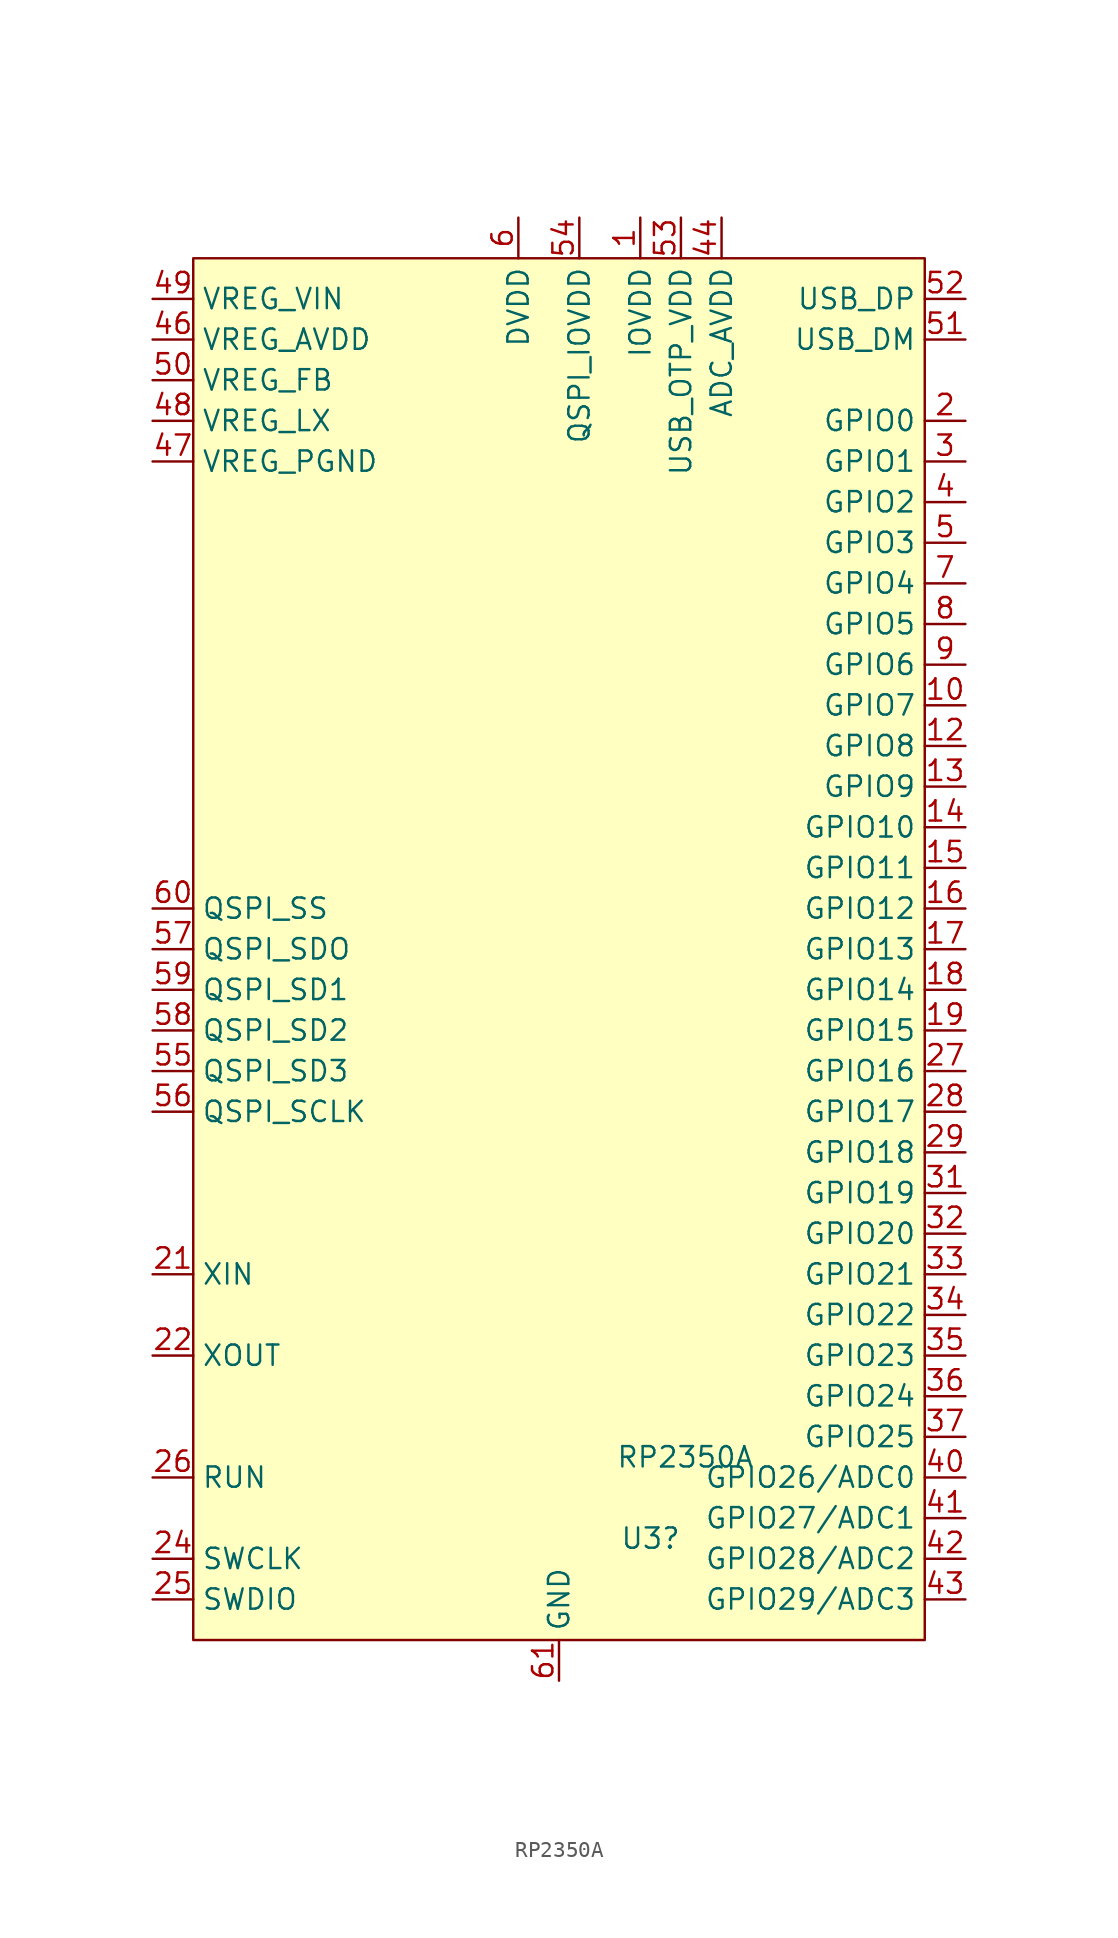
<source format=kicad_sym>
(kicad_symbol_lib
  (version 20231120)
  (generator "kicad_symbol_editor")
  (generator_version "8.0")
  (symbol "RP2350A"
    (property "Reference" "U3"
      (at 3.81 -36.83 0)
      (effects (font (size 1.27 1.27)) (justify left)))
    (property "Value" "RP2350A"
      (at 3.556 -31.75 0)
      (effects (font (size 1.27 1.27)) (justify left)))
    (symbol "RP2350A_0_0"
      (pin power_in line (at 5.08 45.72 270) (length 2.54) (name "IOVDD" (effects (font (size 1.27 1.27)))) (number "1" (effects (font (size 1.27 1.27)))))
      (pin bidirectional line (at 25.4 15.24 180) (length 2.54) (name "GPIO7" (effects (font (size 1.27 1.27)))) (number "10" (effects (font (size 1.27 1.27)))))
      (pin passive line (at 5.08 45.72 270) (length 2.54) hide (name "IOVDD" (effects (font (size 1.27 1.27)))) (number "11" (effects (font (size 1.27 1.27)))))
      (pin bidirectional line (at 25.4 12.7 180) (length 2.54) (name "GPIO8" (effects (font (size 1.27 1.27)))) (number "12" (effects (font (size 1.27 1.27)))))
      (pin bidirectional line (at 25.4 10.16 180) (length 2.54) (name "GPIO9" (effects (font (size 1.27 1.27)))) (number "13" (effects (font (size 1.27 1.27)))))
      (pin bidirectional line (at 25.4 7.62 180) (length 2.54) (name "GPIO10" (effects (font (size 1.27 1.27)))) (number "14" (effects (font (size 1.27 1.27)))))
      (pin bidirectional line (at 25.4 5.08 180) (length 2.54) (name "GPIO11" (effects (font (size 1.27 1.27)))) (number "15" (effects (font (size 1.27 1.27)))))
      (pin bidirectional line (at 25.4 2.54 180) (length 2.54) (name "GPIO12" (effects (font (size 1.27 1.27)))) (number "16" (effects (font (size 1.27 1.27)))))
      (pin bidirectional line (at 25.4 0 180) (length 2.54) (name "GPIO13" (effects (font (size 1.27 1.27)))) (number "17" (effects (font (size 1.27 1.27)))))
      (pin bidirectional line (at 25.4 -2.54 180) (length 2.54) (name "GPIO14" (effects (font (size 1.27 1.27)))) (number "18" (effects (font (size 1.27 1.27)))))
      (pin bidirectional line (at 25.4 -5.08 180) (length 2.54) (name "GPIO15" (effects (font (size 1.27 1.27)))) (number "19" (effects (font (size 1.27 1.27)))))
      (pin bidirectional line (at 25.4 33.02 180) (length 2.54) (name "GPIO0" (effects (font (size 1.27 1.27)))) (number "2" (effects (font (size 1.27 1.27)))))
      (pin passive line (at 5.08 45.72 270) (length 2.54) hide (name "IOVDD" (effects (font (size 1.27 1.27)))) (number "20" (effects (font (size 1.27 1.27)))))
      (pin input line (at -25.4 -20.32 0) (length 2.54) (name "XIN" (effects (font (size 1.27 1.27)))) (number "21" (effects (font (size 1.27 1.27)))))
      (pin output line (at -25.4 -25.4 0) (length 2.54) (name "XOUT" (effects (font (size 1.27 1.27)))) (number "22" (effects (font (size 1.27 1.27)))))
      (pin passive line (at -2.54 45.72 270) (length 2.54) hide (name "DVDD" (effects (font (size 1.27 1.27)))) (number "23" (effects (font (size 1.27 1.27)))))
      (pin input line (at -25.4 -38.1 0) (length 2.54) (name "SWCLK" (effects (font (size 1.27 1.27)))) (number "24" (effects (font (size 1.27 1.27)))))
      (pin bidirectional line (at -25.4 -40.64 0) (length 2.54) (name "SWDIO" (effects (font (size 1.27 1.27)))) (number "25" (effects (font (size 1.27 1.27)))))
      (pin input line (at -25.4 -33.02 0) (length 2.54) (name "RUN" (effects (font (size 1.27 1.27)))) (number "26" (effects (font (size 1.27 1.27)))))
      (pin bidirectional line (at 25.4 -7.62 180) (length 2.54) (name "GPIO16" (effects (font (size 1.27 1.27)))) (number "27" (effects (font (size 1.27 1.27)))))
      (pin bidirectional line (at 25.4 -10.16 180) (length 2.54) (name "GPIO17" (effects (font (size 1.27 1.27)))) (number "28" (effects (font (size 1.27 1.27)))))
      (pin bidirectional line (at 25.4 -12.7 180) (length 2.54) (name "GPIO18" (effects (font (size 1.27 1.27)))) (number "29" (effects (font (size 1.27 1.27)))))
      (pin bidirectional line (at 25.4 30.48 180) (length 2.54) (name "GPIO1" (effects (font (size 1.27 1.27)))) (number "3" (effects (font (size 1.27 1.27)))))
      (pin passive line (at 5.08 45.72 270) (length 2.54) hide (name "IOVDD" (effects (font (size 1.27 1.27)))) (number "30" (effects (font (size 1.27 1.27)))))
      (pin bidirectional line (at 25.4 -15.24 180) (length 2.54) (name "GPIO19" (effects (font (size 1.27 1.27)))) (number "31" (effects (font (size 1.27 1.27)))))
      (pin bidirectional line (at 25.4 -17.78 180) (length 2.54) (name "GPIO20" (effects (font (size 1.27 1.27)))) (number "32" (effects (font (size 1.27 1.27)))))
      (pin bidirectional line (at 25.4 -20.32 180) (length 2.54) (name "GPIO21" (effects (font (size 1.27 1.27)))) (number "33" (effects (font (size 1.27 1.27)))))
      (pin bidirectional line (at 25.4 -22.86 180) (length 2.54) (name "GPIO22" (effects (font (size 1.27 1.27)))) (number "34" (effects (font (size 1.27 1.27)))))
      (pin bidirectional line (at 25.4 -25.4 180) (length 2.54) (name "GPIO23" (effects (font (size 1.27 1.27)))) (number "35" (effects (font (size 1.27 1.27)))))
      (pin bidirectional line (at 25.4 -27.94 180) (length 2.54) (name "GPIO24" (effects (font (size 1.27 1.27)))) (number "36" (effects (font (size 1.27 1.27)))))
      (pin bidirectional line (at 25.4 -30.48 180) (length 2.54) (name "GPIO25" (effects (font (size 1.27 1.27)))) (number "37" (effects (font (size 1.27 1.27)))))
      (pin passive line (at 5.08 45.72 270) (length 2.54) hide (name "IOVDD" (effects (font (size 1.27 1.27)))) (number "38" (effects (font (size 1.27 1.27)))))
      (pin passive line (at -2.54 45.72 270) (length 2.54) hide (name "DVDD" (effects (font (size 1.27 1.27)))) (number "39" (effects (font (size 1.27 1.27)))))
      (pin bidirectional line (at 25.4 27.94 180) (length 2.54) (name "GPIO2" (effects (font (size 1.27 1.27)))) (number "4" (effects (font (size 1.27 1.27)))))
      (pin bidirectional line (at 25.4 -33.02 180) (length 2.54) (name "GPIO26/ADC0" (effects (font (size 1.27 1.27)))) (number "40" (effects (font (size 1.27 1.27)))))
      (pin bidirectional line (at 25.4 -35.56 180) (length 2.54) (name "GPIO27/ADC1" (effects (font (size 1.27 1.27)))) (number "41" (effects (font (size 1.27 1.27)))))
      (pin bidirectional line (at 25.4 -38.1 180) (length 2.54) (name "GPIO28/ADC2" (effects (font (size 1.27 1.27)))) (number "42" (effects (font (size 1.27 1.27)))))
      (pin bidirectional line (at 25.4 -40.64 180) (length 2.54) (name "GPIO29/ADC3" (effects (font (size 1.27 1.27)))) (number "43" (effects (font (size 1.27 1.27)))))
      (pin power_in line (at 10.16 45.72 270) (length 2.54) (name "ADC_AVDD" (effects (font (size 1.27 1.27)))) (number "44" (effects (font (size 1.27 1.27)))))
      (pin passive line (at 5.08 45.72 270) (length 2.54) hide (name "IOVDD" (effects (font (size 1.27 1.27)))) (number "45" (effects (font (size 1.27 1.27)))))
      (pin power_in line (at -25.4 38.1 0) (length 2.54) (name "VREG_AVDD" (effects (font (size 1.27 1.27)))) (number "46" (effects (font (size 1.27 1.27)))))
      (pin passive line (at -25.4 33.02 0) (length 2.54) (name "VREG_LX" (effects (font (size 1.27 1.27)))) (number "48" (effects (font (size 1.27 1.27)))))
      (pin power_in line (at -25.4 40.64 0) (length 2.54) (name "VREG_VIN" (effects (font (size 1.27 1.27)))) (number "49" (effects (font (size 1.27 1.27)))))
      (pin bidirectional line (at 25.4 25.4 180) (length 2.54) (name "GPIO3" (effects (font (size 1.27 1.27)))) (number "5" (effects (font (size 1.27 1.27)))))
      (pin passive line (at -25.4 35.56 0) (length 2.54) (name "VREG_FB" (effects (font (size 1.27 1.27)))) (number "50" (effects (font (size 1.27 1.27)))))
      (pin bidirectional line (at 25.4 38.1 180) (length 2.54) (name "USB_DM" (effects (font (size 1.27 1.27)))) (number "51" (effects (font (size 1.27 1.27)))))
      (pin bidirectional line (at 25.4 40.64 180) (length 2.54) (name "USB_DP" (effects (font (size 1.27 1.27)))) (number "52" (effects (font (size 1.27 1.27)))))
      (pin power_in line (at 7.62 45.72 270) (length 2.54) (name "USB_OTP_VDD" (effects (font (size 1.27 1.27)))) (number "53" (effects (font (size 1.27 1.27)))))
      (pin power_in line (at 1.27 45.72 270) (length 2.54) (name "QSPI_IOVDD" (effects (font (size 1.27 1.27)))) (number "54" (effects (font (size 1.27 1.27)))))
      (pin unspecified line (at -25.4 -7.62 0) (length 2.54) (name "QSPI_SD3" (effects (font (size 1.27 1.27)))) (number "55" (effects (font (size 1.27 1.27)))))
      (pin unspecified line (at -25.4 -10.16 0) (length 2.54) (name "QSPI_SCLK" (effects (font (size 1.27 1.27)))) (number "56" (effects (font (size 1.27 1.27)))))
      (pin unspecified line (at -25.4 0 0) (length 2.54) (name "QSPI_SDO" (effects (font (size 1.27 1.27)))) (number "57" (effects (font (size 1.27 1.27)))))
      (pin unspecified line (at -25.4 -5.08 0) (length 2.54) (name "QSPI_SD2" (effects (font (size 1.27 1.27)))) (number "58" (effects (font (size 1.27 1.27)))))
      (pin unspecified line (at -25.4 -2.54 0) (length 2.54) (name "QSPI_SD1" (effects (font (size 1.27 1.27)))) (number "59" (effects (font (size 1.27 1.27)))))
      (pin power_in line (at -2.54 45.72 270) (length 2.54) (name "DVDD" (effects (font (size 1.27 1.27)))) (number "6" (effects (font (size 1.27 1.27)))))
      (pin unspecified line (at -25.4 2.54 0) (length 2.54) (name "QSPI_SS" (effects (font (size 1.27 1.27)))) (number "60" (effects (font (size 1.27 1.27)))))
      (pin bidirectional line (at 25.4 22.86 180) (length 2.54) (name "GPIO4" (effects (font (size 1.27 1.27)))) (number "7" (effects (font (size 1.27 1.27)))))
      (pin bidirectional line (at 25.4 20.32 180) (length 2.54) (name "GPIO5" (effects (font (size 1.27 1.27)))) (number "8" (effects (font (size 1.27 1.27)))))
      (pin bidirectional line (at 25.4 17.78 180) (length 2.54) (name "GPIO6" (effects (font (size 1.27 1.27)))) (number "9" (effects (font (size 1.27 1.27))))))
    (symbol "RP2350A_1_0"
      (pin passive line (at -25.4 30.48 0) (length 2.54) (name "VREG_PGND" (effects (font (size 1.27 1.27)))) (number "47" (effects (font (size 1.27 1.27)))))
      (pin power_in line (at 0 -45.72 90) (length 2.54) (name "GND" (effects (font (size 1.27 1.27)))) (number "61" (effects (font (size 1.27 1.27))))))
    (symbol "RP2350A_1_1"
      (rectangle (start -22.86 -43.18) (end 22.86 43.18) (stroke (width 0) (type default)) (fill (type background))))))
</source>
